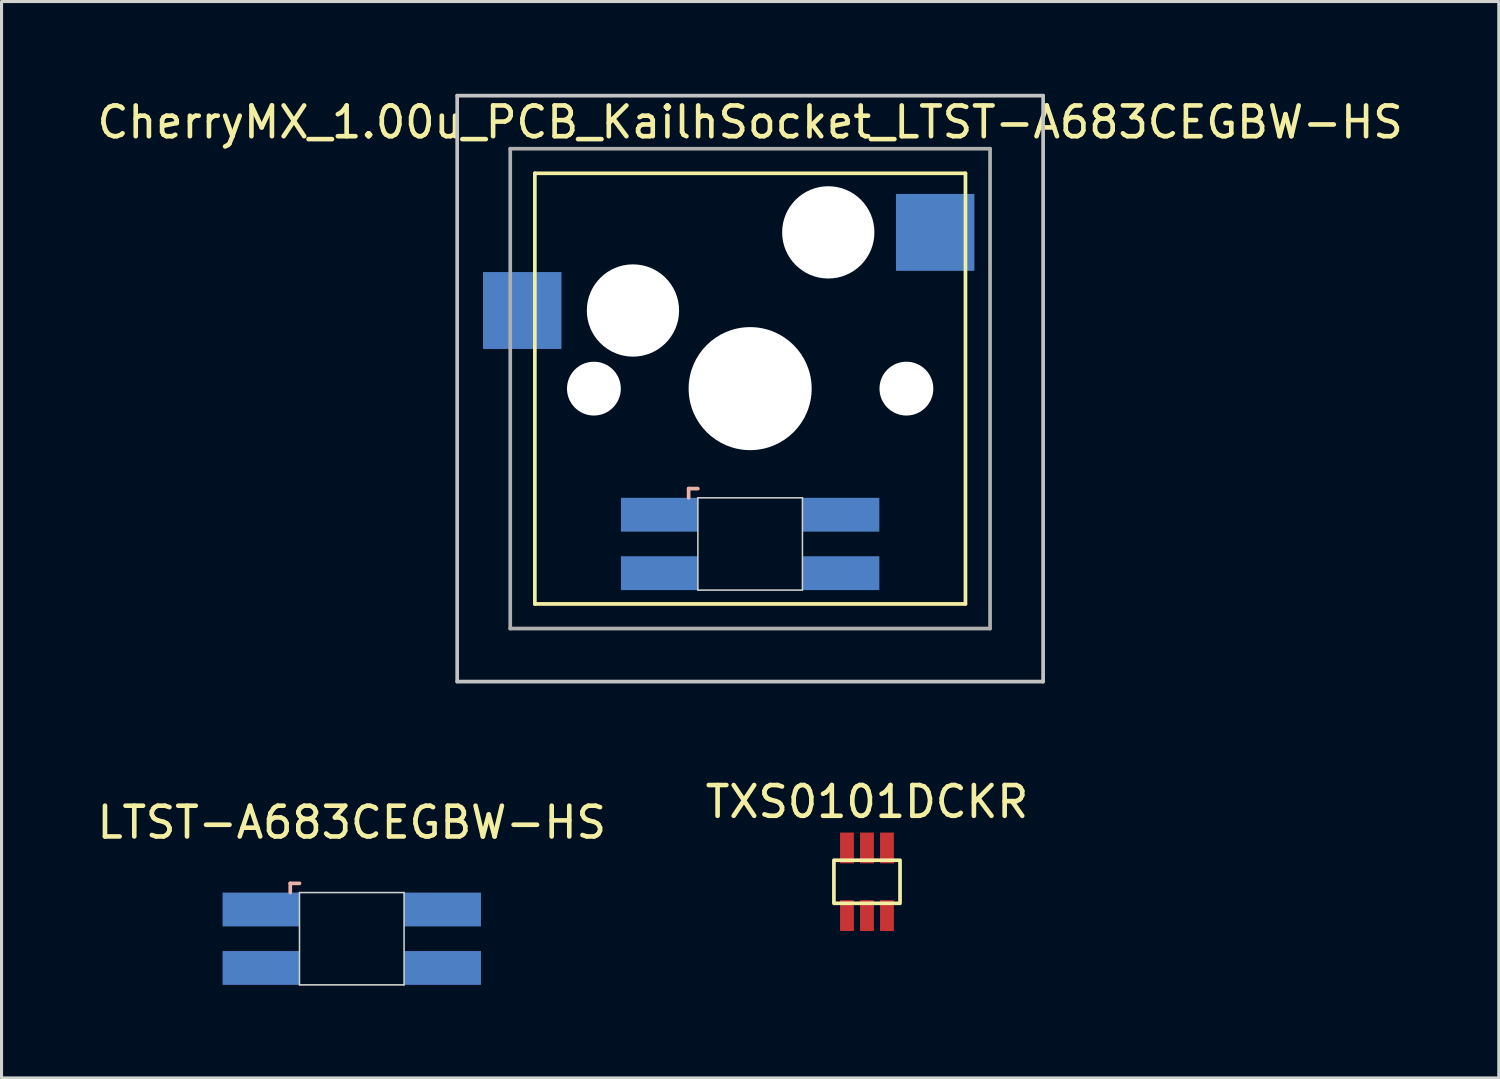
<source format=kicad_pcb>
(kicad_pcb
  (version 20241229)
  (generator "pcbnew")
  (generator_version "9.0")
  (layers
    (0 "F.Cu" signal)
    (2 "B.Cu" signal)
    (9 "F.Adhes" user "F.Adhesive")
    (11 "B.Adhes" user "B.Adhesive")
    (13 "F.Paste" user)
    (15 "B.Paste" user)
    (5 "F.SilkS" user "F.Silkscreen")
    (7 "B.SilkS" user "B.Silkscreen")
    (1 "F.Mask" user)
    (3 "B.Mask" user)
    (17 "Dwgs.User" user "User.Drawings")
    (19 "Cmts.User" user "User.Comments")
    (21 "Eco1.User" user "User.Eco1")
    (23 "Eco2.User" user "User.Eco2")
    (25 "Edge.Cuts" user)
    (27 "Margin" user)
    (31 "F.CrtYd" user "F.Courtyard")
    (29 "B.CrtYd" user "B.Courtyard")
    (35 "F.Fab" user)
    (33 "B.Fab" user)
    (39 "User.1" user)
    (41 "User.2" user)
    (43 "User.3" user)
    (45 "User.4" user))
  (footprint "CherryMX_1.00u_PCB_KailhSocket_LTST-A683CEGBW-HS"
    (layer "F.Cu")
    (at 21.339 9.585)
    (property "Reference" "CherryMX_1.00u_PCB_KailhSocket_LTST-A683CEGBW-HS" (at 0 -8.662 0) (layer "F.SilkS") (effects (font (size 1 1) (thickness 0.15))))
    (attr through_hole)
    (fp_line (start -7 -7) (end -7 7) (stroke (width 0.12) (type solid)) (layer "F.SilkS"))
    (fp_line (start -7 -7) (end 7 -7) (stroke (width 0.12) (type solid)) (layer "F.SilkS"))
    (fp_line (start 7 -7) (end 7 7) (stroke (width 0.12) (type solid)) (layer "F.SilkS"))
    (fp_line (start 7 7) (end -7 7) (stroke (width 0.12) (type solid)) (layer "F.SilkS"))
    (fp_line (start -2 3.25) (end -2 3.55) (stroke (width 0.12) (type solid)) (layer "B.SilkS"))
    (fp_line (start -1.7 3.25) (end -2 3.25) (stroke (width 0.12) (type solid)) (layer "B.SilkS"))
    (fp_line (start -9.525 -9.525) (end 9.525 -9.525) (stroke (width 0.12) (type solid)) (layer "Dwgs.User"))
    (fp_line (start -9.525 9.525) (end -9.525 -9.525) (stroke (width 0.12) (type solid)) (layer "Dwgs.User"))
    (fp_line (start 9.525 -9.525) (end 9.525 9.525) (stroke (width 0.12) (type solid)) (layer "Dwgs.User"))
    (fp_line (start 9.525 9.525) (end -9.525 9.525) (stroke (width 0.12) (type solid)) (layer "Dwgs.User"))
    (fp_line (start -1.7 3.55) (end 1.7 3.55) (stroke (width 0.05) (type solid)) (layer "Edge.Cuts"))
    (fp_line (start -1.7 6.55) (end -1.7 3.55) (stroke (width 0.05) (type solid)) (layer "Edge.Cuts"))
    (fp_line (start 1.7 3.55) (end 1.7 6.55) (stroke (width 0.05) (type solid)) (layer "Edge.Cuts"))
    (fp_line (start 1.7 6.55) (end -1.7 6.55) (stroke (width 0.05) (type solid)) (layer "Edge.Cuts"))
    (fp_line (start -7.8 -7.8) (end -7.8 7.8) (stroke (width 0.12) (type solid)) (layer "F.Fab"))
    (fp_line (start -7.8 -7.8) (end 7.8 -7.8) (stroke (width 0.12) (type solid)) (layer "F.Fab"))
    (fp_line (start -7.8 7.8) (end 7.8 7.8) (stroke (width 0.12) (type solid)) (layer "F.Fab"))
    (fp_line (start 7.8 -7.8) (end 7.8 7.8) (stroke (width 0.12) (type solid)) (layer "F.Fab"))
    (pad "" np_thru_hole circle (at -5.08 0) (size 1.75 1.75) (drill 1.75) (layers "*.Cu" "*.Mask"))
    (pad "" np_thru_hole circle (at -3.81 -2.54) (size 3 3) (drill 3) (layers "*.Cu" "*.Mask"))
    (pad "" np_thru_hole circle (at 0 0) (size 4 4) (drill 4) (layers "*.Cu" "*.Mask"))
    (pad "" np_thru_hole circle (at 2.54 -5.08) (size 3 3) (drill 3) (layers "*.Cu" "*.Mask"))
    (pad "" np_thru_hole circle (at 5.08 0) (size 1.75 1.75) (drill 1.75) (layers "*.Cu" "*.Mask"))
    (pad "1" smd rect (at -7.41 -2.54) (size 2.55 2.5) (layers "B.Cu" "B.Mask" "B.Paste"))
    (pad "2" smd rect (at 6.015 -5.08) (size 2.55 2.5) (layers "B.Cu" "B.Mask" "B.Paste"))
    (pad "3" smd rect (at -2.95 4.1) (size 2.5 1.1) (layers "B.Cu" "B.Mask" "B.Paste"))
    (pad "4" smd rect (at -2.95 6) (size 2.5 1.1) (layers "B.Cu" "B.Mask" "B.Paste"))
    (pad "5" smd rect (at 2.95 4.1) (size 2.5 1.1) (layers "B.Cu" "B.Mask" "B.Paste"))
    (pad "6" smd rect (at 2.95 6) (size 2.5 1.1) (layers "B.Cu" "B.Mask" "B.Paste")))
  (footprint "LTST-A683CEGBW-HS"
    (layer "F.Cu")
    (at 8.387 22.42)
    (property "Reference" "LTST-A683CEGBW-HS" (at 0 1.27 0) (layer "F.SilkS") (effects (font (size 1 1) (thickness 0.15))))
    (fp_line (start -2 3.25) (end -2 3.55) (stroke (width 0.12) (type solid)) (layer "B.SilkS"))
    (fp_line (start -1.7 3.25) (end -2 3.25) (stroke (width 0.12) (type solid)) (layer "B.SilkS"))
    (fp_line (start -1.7 3.55) (end 1.7 3.55) (stroke (width 0.05) (type solid)) (layer "Edge.Cuts"))
    (fp_line (start -1.7 6.55) (end -1.7 3.55) (stroke (width 0.05) (type solid)) (layer "Edge.Cuts"))
    (fp_line (start 1.7 3.55) (end 1.7 6.55) (stroke (width 0.05) (type solid)) (layer "Edge.Cuts"))
    (fp_line (start 1.7 6.55) (end -1.7 6.55) (stroke (width 0.05) (type solid)) (layer "Edge.Cuts"))
    (pad "1" smd rect (at -2.95 4.1) (size 2.5 1.1) (layers "B.Cu" "B.Mask" "B.Paste"))
    (pad "2" smd rect (at -2.95 6) (size 2.5 1.1) (layers "B.Cu" "B.Mask" "B.Paste"))
    (pad "3" smd rect (at 2.95 4.1) (size 2.5 1.1) (layers "B.Cu" "B.Mask" "B.Paste"))
    (pad "4" smd rect (at 2.95 6) (size 2.5 1.1) (layers "B.Cu" "B.Mask" "B.Paste")))
  (footprint "TXS0101DCKR"
    (layer "F.Cu")
    (at 25.137 25.618)
    (property "Reference" "TXS0101DCKR" (at 0 -2.6 0) (unlocked yes) (layer "F.SilkS") (effects (font (size 1 1) (thickness 0.15))))
    (fp_rect (start -1.075 -0.7) (end 1.075 0.7) (stroke (width 0.12) (type solid)) (fill no) (layer "F.SilkS"))
    (pad "1" smd rect (at -0.65 1.1) (size 0.45 1) (layers "F.Cu" "F.Mask" "F.Paste"))
    (pad "2" smd rect (at 0 1.1) (size 0.45 1) (layers "F.Cu" "F.Mask" "F.Paste"))
    (pad "3" smd rect (at 0.65 1.1) (size 0.45 1) (layers "F.Cu" "F.Mask" "F.Paste"))
    (pad "4" smd rect (at 0.65 -1.1) (size 0.45 1) (layers "F.Cu" "F.Mask" "F.Paste"))
    (pad "5" smd rect (at 0 -1.1) (size 0.45 1) (layers "F.Cu" "F.Mask" "F.Paste"))
    (pad "6" smd rect (at -0.65 -1.1) (size 0.45 1) (layers "F.Cu" "F.Mask" "F.Paste")))
  (gr_rect
    (start -3 -3)
    (end 45.679 31.995)
    (stroke (width 0.1) (type default))
    (fill no)
    (layer "Edge.Cuts")))
</source>
